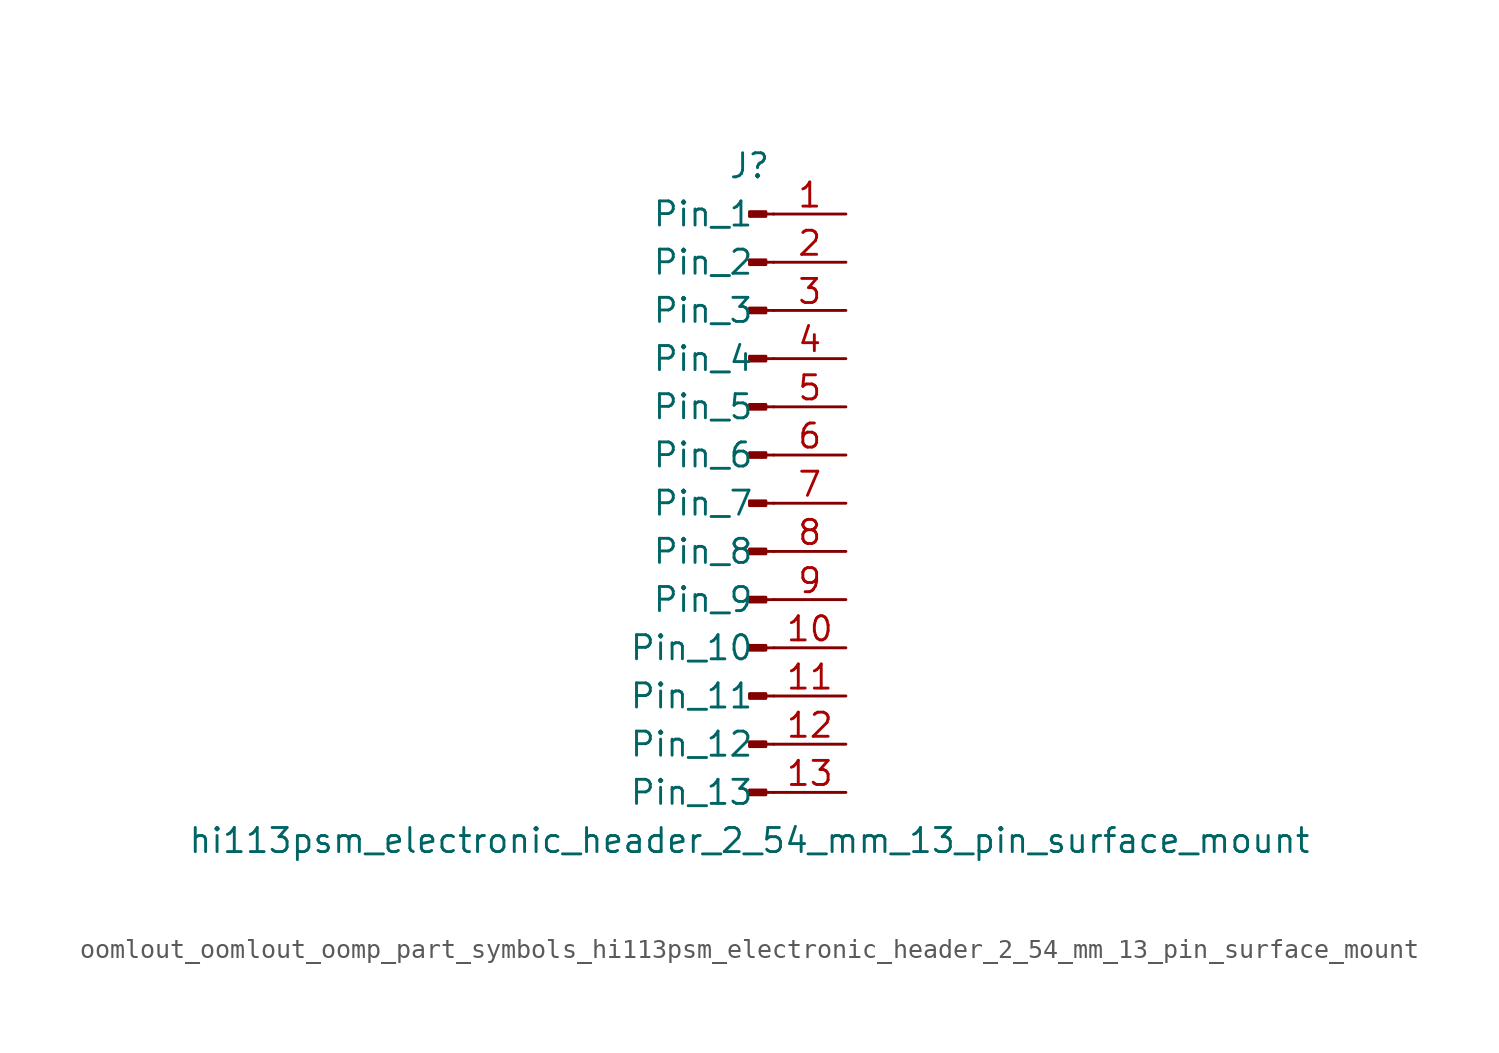
<source format=kicad_sym>
(kicad_symbol_lib
  (version 20220914)
  (generator kicad_symbol_editor)
  (symbol "oomlout_oomlout_oomp_part_symbols_hi113psm_electronic_header_2_54_mm_13_pin_surface_mount"
    (pin_names
      (offset 1.016))
    (property "Reference" "J"
      (at 0 17.78 0)
      (effects (font (size 1.27 1.27))))
    (property "Value" "hi113psm_electronic_header_2_54_mm_13_pin_surface_mount"
      (at 0 -17.78 0)
      (effects (font (size 1.27 1.27))))
    (property "ki_locked" ""
      (at 0 0 0)
      (effects (font (size 1.27 1.27))))
    (symbol "oomlout_oomlout_oomp_part_symbols_hi113psm_electronic_header_2_54_mm_13_pin_surface_mount_1_1"
      (polyline (pts (xy 1.27 -15.24) (xy 0.864 -15.24)) (stroke (width 0.152) (type default)) (fill (type none)))
      (polyline (pts (xy 1.27 -12.7) (xy 0.864 -12.7)) (stroke (width 0.152) (type default)) (fill (type none)))
      (polyline (pts (xy 1.27 -10.16) (xy 0.864 -10.16)) (stroke (width 0.152) (type default)) (fill (type none)))
      (polyline (pts (xy 1.27 -7.62) (xy 0.864 -7.62)) (stroke (width 0.152) (type default)) (fill (type none)))
      (polyline (pts (xy 1.27 -5.08) (xy 0.864 -5.08)) (stroke (width 0.152) (type default)) (fill (type none)))
      (polyline (pts (xy 1.27 -2.54) (xy 0.864 -2.54)) (stroke (width 0.152) (type default)) (fill (type none)))
      (polyline (pts (xy 1.27 0) (xy 0.864 0)) (stroke (width 0.152) (type default)) (fill (type none)))
      (polyline (pts (xy 1.27 2.54) (xy 0.864 2.54)) (stroke (width 0.152) (type default)) (fill (type none)))
      (polyline (pts (xy 1.27 5.08) (xy 0.864 5.08)) (stroke (width 0.152) (type default)) (fill (type none)))
      (polyline (pts (xy 1.27 7.62) (xy 0.864 7.62)) (stroke (width 0.152) (type default)) (fill (type none)))
      (polyline (pts (xy 1.27 10.16) (xy 0.864 10.16)) (stroke (width 0.152) (type default)) (fill (type none)))
      (polyline (pts (xy 1.27 12.7) (xy 0.864 12.7)) (stroke (width 0.152) (type default)) (fill (type none)))
      (polyline (pts (xy 1.27 15.24) (xy 0.864 15.24)) (stroke (width 0.152) (type default)) (fill (type none)))
      (rectangle (start 0.864 -15.113) (end 0 -15.367) (stroke (width 0.152) (type default)) (fill (type outline)))
      (rectangle (start 0.864 -12.573) (end 0 -12.827) (stroke (width 0.152) (type default)) (fill (type outline)))
      (rectangle (start 0.864 -10.033) (end 0 -10.287) (stroke (width 0.152) (type default)) (fill (type outline)))
      (rectangle (start 0.864 -7.493) (end 0 -7.747) (stroke (width 0.152) (type default)) (fill (type outline)))
      (rectangle (start 0.864 -4.953) (end 0 -5.207) (stroke (width 0.152) (type default)) (fill (type outline)))
      (rectangle (start 0.864 -2.413) (end 0 -2.667) (stroke (width 0.152) (type default)) (fill (type outline)))
      (rectangle (start 0.864 0.127) (end 0 -0.127) (stroke (width 0.152) (type default)) (fill (type outline)))
      (rectangle (start 0.864 2.667) (end 0 2.413) (stroke (width 0.152) (type default)) (fill (type outline)))
      (rectangle (start 0.864 5.207) (end 0 4.953) (stroke (width 0.152) (type default)) (fill (type outline)))
      (rectangle (start 0.864 7.747) (end 0 7.493) (stroke (width 0.152) (type default)) (fill (type outline)))
      (rectangle (start 0.864 10.287) (end 0 10.033) (stroke (width 0.152) (type default)) (fill (type outline)))
      (rectangle (start 0.864 12.827) (end 0 12.573) (stroke (width 0.152) (type default)) (fill (type outline)))
      (rectangle (start 0.864 15.367) (end 0 15.113) (stroke (width 0.152) (type default)) (fill (type outline)))
      (pin passive line (at 5.08 15.24 180) (length 3.81) (name "Pin_1" (effects (font (size 1.27 1.27)))) (number "1" (effects (font (size 1.27 1.27)))))
      (pin passive line (at 5.08 -7.62 180) (length 3.81) (name "Pin_10" (effects (font (size 1.27 1.27)))) (number "10" (effects (font (size 1.27 1.27)))))
      (pin passive line (at 5.08 -10.16 180) (length 3.81) (name "Pin_11" (effects (font (size 1.27 1.27)))) (number "11" (effects (font (size 1.27 1.27)))))
      (pin passive line (at 5.08 -12.7 180) (length 3.81) (name "Pin_12" (effects (font (size 1.27 1.27)))) (number "12" (effects (font (size 1.27 1.27)))))
      (pin passive line (at 5.08 -15.24 180) (length 3.81) (name "Pin_13" (effects (font (size 1.27 1.27)))) (number "13" (effects (font (size 1.27 1.27)))))
      (pin passive line (at 5.08 12.7 180) (length 3.81) (name "Pin_2" (effects (font (size 1.27 1.27)))) (number "2" (effects (font (size 1.27 1.27)))))
      (pin passive line (at 5.08 10.16 180) (length 3.81) (name "Pin_3" (effects (font (size 1.27 1.27)))) (number "3" (effects (font (size 1.27 1.27)))))
      (pin passive line (at 5.08 7.62 180) (length 3.81) (name "Pin_4" (effects (font (size 1.27 1.27)))) (number "4" (effects (font (size 1.27 1.27)))))
      (pin passive line (at 5.08 5.08 180) (length 3.81) (name "Pin_5" (effects (font (size 1.27 1.27)))) (number "5" (effects (font (size 1.27 1.27)))))
      (pin passive line (at 5.08 2.54 180) (length 3.81) (name "Pin_6" (effects (font (size 1.27 1.27)))) (number "6" (effects (font (size 1.27 1.27)))))
      (pin passive line (at 5.08 0 180) (length 3.81) (name "Pin_7" (effects (font (size 1.27 1.27)))) (number "7" (effects (font (size 1.27 1.27)))))
      (pin passive line (at 5.08 -2.54 180) (length 3.81) (name "Pin_8" (effects (font (size 1.27 1.27)))) (number "8" (effects (font (size 1.27 1.27)))))
      (pin passive line (at 5.08 -5.08 180) (length 3.81) (name "Pin_9" (effects (font (size 1.27 1.27)))) (number "9" (effects (font (size 1.27 1.27))))))))
</source>
